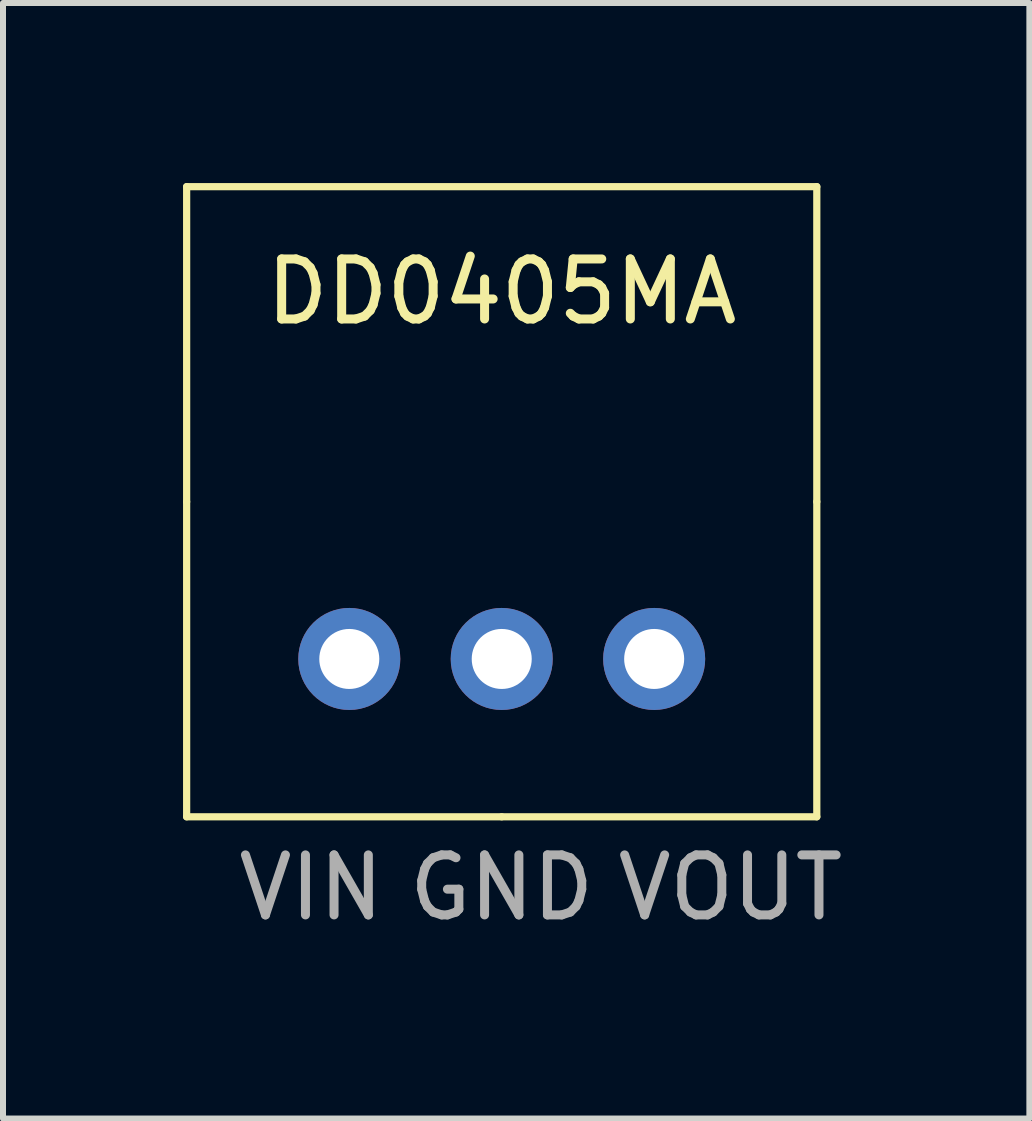
<source format=kicad_pcb>
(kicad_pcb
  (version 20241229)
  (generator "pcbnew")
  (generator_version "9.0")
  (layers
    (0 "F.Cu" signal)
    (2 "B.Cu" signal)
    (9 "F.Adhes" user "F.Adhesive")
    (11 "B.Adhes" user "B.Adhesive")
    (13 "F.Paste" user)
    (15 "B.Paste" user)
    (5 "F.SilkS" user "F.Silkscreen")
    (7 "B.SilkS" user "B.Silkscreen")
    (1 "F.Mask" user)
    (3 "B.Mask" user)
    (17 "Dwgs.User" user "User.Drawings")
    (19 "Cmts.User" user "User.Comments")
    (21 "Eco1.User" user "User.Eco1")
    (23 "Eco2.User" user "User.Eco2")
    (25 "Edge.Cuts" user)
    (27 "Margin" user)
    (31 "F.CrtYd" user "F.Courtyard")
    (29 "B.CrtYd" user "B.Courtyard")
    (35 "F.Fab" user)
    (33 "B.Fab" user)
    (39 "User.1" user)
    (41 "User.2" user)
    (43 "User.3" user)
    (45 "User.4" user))
  (footprint "DD0405MA"
    (layer "F.Cu")
    (at 5.31 0.31)
    (property "Reference" "DD0405MA" (at 0 1.5 0) (layer "F.SilkS") (effects (font (size 1 1) (thickness 0.15))))
    (attr through_hole)
    (fp_line (start -5.25 -0.25) (end -5.25 5) (stroke (width 0.12) (type solid)) (layer "F.SilkS"))
    (fp_line (start -5.25 10.25) (end -5.25 5) (stroke (width 0.12) (type solid)) (layer "F.SilkS"))
    (fp_line (start -5.25 10.25) (end 0 10.25) (stroke (width 0.12) (type solid)) (layer "F.SilkS"))
    (fp_line (start 0 10.25) (end 5.25 10.25) (stroke (width 0.12) (type solid)) (layer "F.SilkS"))
    (fp_line (start 5.25 -0.25) (end -5.25 -0.25) (stroke (width 0.12) (type solid)) (layer "F.SilkS"))
    (fp_line (start 5.25 5) (end 5.25 -0.25) (stroke (width 0.12) (type solid)) (layer "F.SilkS"))
    (fp_line (start 5.25 5) (end 5.25 10.25) (stroke (width 0.12) (type solid)) (layer "F.SilkS"))
    (fp_text user "VIN" (at -3.175 11.43 0) (layer "F.Fab") (effects (font (size 1 1) (thickness 0.15))))
    (fp_text user "GND" (at 0 11.43 0) (layer "F.Fab") (effects (font (size 1 1) (thickness 0.15))))
    (fp_text user "VOUT" (at 3.81 11.43 0) (layer "F.Fab") (effects (font (size 1 1) (thickness 0.15))))
    (pad "1" thru_hole circle (at -2.54 7.62) (size 1.7 1.7) (drill 1) (layers "*.Cu" "*.Mask"))
    (pad "2" thru_hole circle (at 0 7.62) (size 1.7 1.7) (drill 1) (layers "*.Cu" "*.Mask"))
    (pad "3" thru_hole circle (at 2.54 7.62) (size 1.7 1.7) (drill 1) (layers "*.Cu" "*.Mask")))
  (gr_rect
    (start -3 -3)
    (end 14.102 15.588)
    (stroke (width 0.1) (type default))
    (fill no)
    (layer "Edge.Cuts")))
</source>
